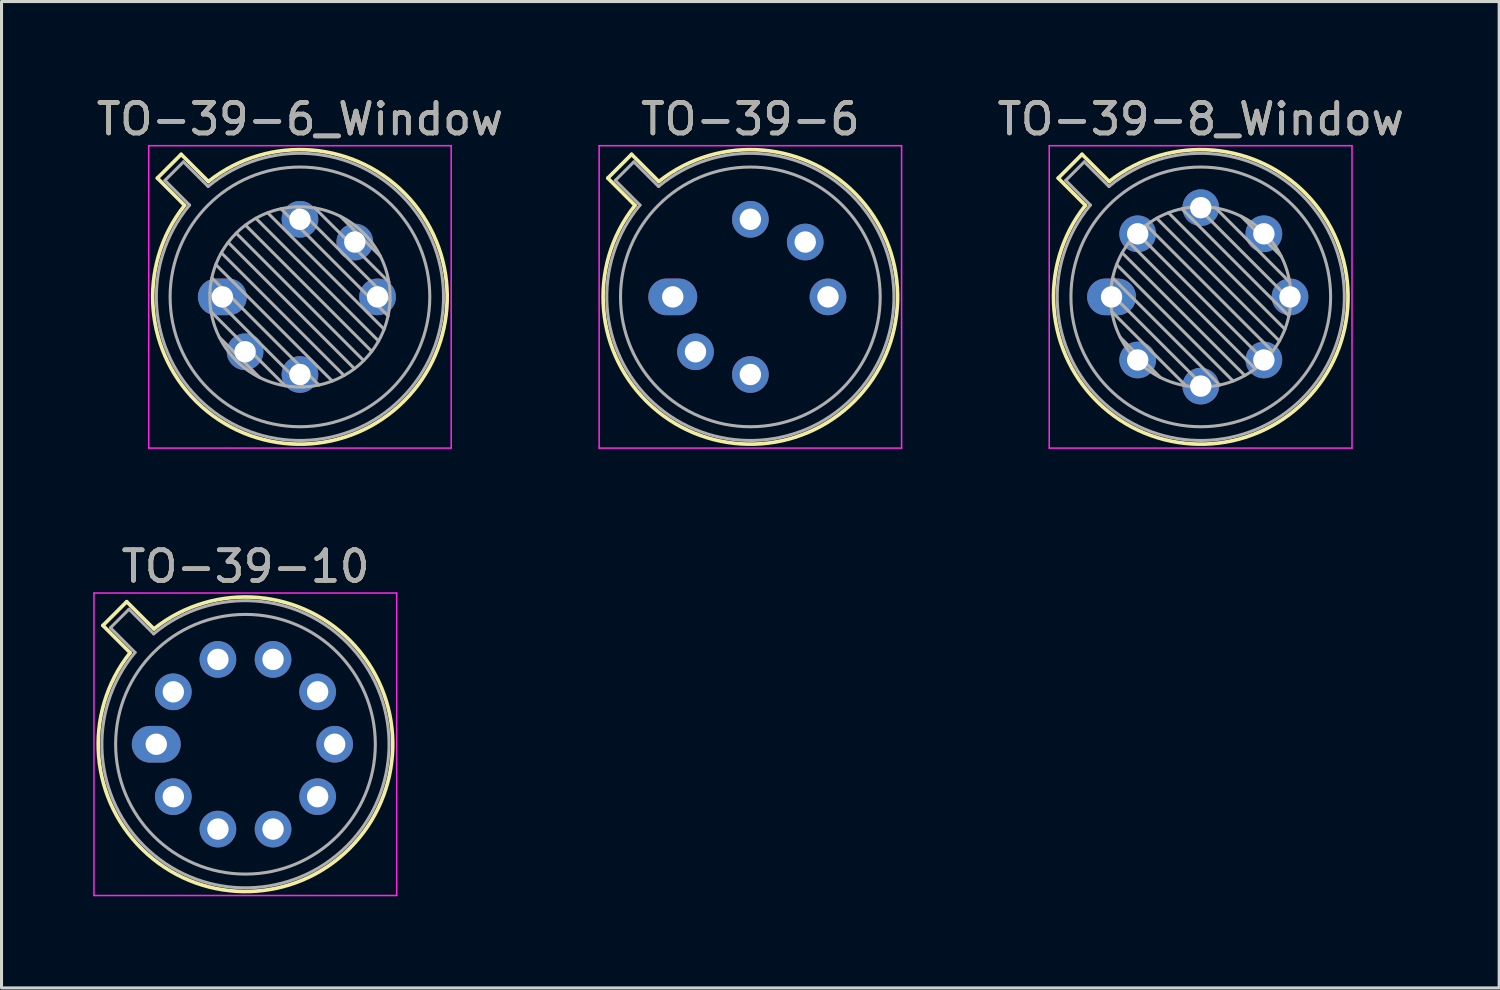
<source format=kicad_pcb>
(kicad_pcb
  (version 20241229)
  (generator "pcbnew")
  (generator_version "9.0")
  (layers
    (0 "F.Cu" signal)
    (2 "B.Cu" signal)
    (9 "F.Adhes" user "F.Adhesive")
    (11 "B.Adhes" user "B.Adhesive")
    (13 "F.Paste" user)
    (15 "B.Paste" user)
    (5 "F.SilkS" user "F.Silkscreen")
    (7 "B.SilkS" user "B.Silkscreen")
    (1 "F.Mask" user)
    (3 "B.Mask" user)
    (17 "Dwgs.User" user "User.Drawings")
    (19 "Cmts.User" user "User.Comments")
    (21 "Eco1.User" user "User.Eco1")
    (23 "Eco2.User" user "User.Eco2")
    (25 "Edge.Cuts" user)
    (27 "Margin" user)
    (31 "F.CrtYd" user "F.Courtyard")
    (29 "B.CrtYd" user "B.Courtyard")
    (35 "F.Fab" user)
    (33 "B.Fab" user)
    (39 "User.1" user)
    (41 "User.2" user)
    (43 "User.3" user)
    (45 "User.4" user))
  (footprint "TO-39-6"
    (layer "F.Cu")
    (at 18.971 6.668)
    (property "Reference" "TO-39-6" (at 2.54 -5.82 0) (layer "F.SilkS") (effects (font (size 1 1) (thickness 0.15))))
    (attr through_hole)
    (fp_line (start -2.126 -3.888) (end -1.235 -2.997) (stroke (width 0.12) (type solid)) (layer "F.SilkS"))
    (fp_line (start -1.348 -4.666) (end -2.126 -3.888) (stroke (width 0.12) (type solid)) (layer "F.SilkS"))
    (fp_line (start -0.457 -3.775) (end -1.348 -4.666) (stroke (width 0.12) (type solid)) (layer "F.SilkS"))
    (fp_arc (start -0.457084 -3.774902) (mid 5.948125 3.408384) (end -1.234674 -2.997371) (stroke (width 0.12) (type solid)) (layer "F.SilkS"))
    (fp_line (start -2.41 -4.95) (end -2.41 4.95) (stroke (width 0.05) (type solid)) (layer "F.CrtYd"))
    (fp_line (start -2.41 4.95) (end 7.49 4.95) (stroke (width 0.05) (type solid)) (layer "F.CrtYd"))
    (fp_line (start 7.49 -4.95) (end -2.41 -4.95) (stroke (width 0.05) (type solid)) (layer "F.CrtYd"))
    (fp_line (start 7.49 4.95) (end 7.49 -4.95) (stroke (width 0.05) (type solid)) (layer "F.CrtYd"))
    (fp_line (start -1.88 -3.812) (end -1.074 -3.005) (stroke (width 0.1) (type solid)) (layer "F.Fab"))
    (fp_line (start -1.272 -4.42) (end -1.88 -3.812) (stroke (width 0.1) (type solid)) (layer "F.Fab"))
    (fp_line (start -0.465 -3.614) (end -1.272 -4.42) (stroke (width 0.1) (type solid)) (layer "F.Fab"))
    (fp_arc (start -0.465408 -3.61352) (mid 5.863443 3.323361) (end -1.073594 -3.005319) (stroke (width 0.1) (type solid)) (layer "F.Fab"))
    (fp_circle (center 2.54 0) (end 6.79 0) (stroke (width 0.1) (type solid)) (fill no) (layer "F.Fab"))
    (fp_text user "${REFERENCE}" (at 2.54 -5.82 0) (layer "F.Fab") (effects (font (size 1 1) (thickness 0.15))))
    (pad "1" thru_hole oval (at 0 0) (size 1.6 1.2) (drill 0.7) (layers "*.Cu" "*.Mask"))
    (pad "2" thru_hole oval (at 0.744 1.796) (size 1.2 1.2) (drill 0.7) (layers "*.Cu" "*.Mask"))
    (pad "3" thru_hole oval (at 2.54 2.54) (size 1.2 1.2) (drill 0.7) (layers "*.Cu" "*.Mask"))
    (pad "4" thru_hole oval (at 5.08 0) (size 1.2 1.2) (drill 0.7) (layers "*.Cu" "*.Mask"))
    (pad "5" thru_hole oval (at 4.336 -1.796) (size 1.2 1.2) (drill 0.7) (layers "*.Cu" "*.Mask"))
    (pad "6" thru_hole oval (at 2.54 -2.54) (size 1.2 1.2) (drill 0.7) (layers "*.Cu" "*.Mask")))
  (footprint "TO-39-6_Window"
    (layer "F.Cu")
    (at 4.228 6.668)
    (property "Reference" "TO-39-6_Window" (at 2.54 -5.82 0) (layer "F.SilkS") (effects (font (size 1 1) (thickness 0.15))))
    (attr through_hole)
    (fp_line (start -2.126 -3.888) (end -1.235 -2.997) (stroke (width 0.12) (type solid)) (layer "F.SilkS"))
    (fp_line (start -1.348 -4.666) (end -2.126 -3.888) (stroke (width 0.12) (type solid)) (layer "F.SilkS"))
    (fp_line (start -0.457 -3.775) (end -1.348 -4.666) (stroke (width 0.12) (type solid)) (layer "F.SilkS"))
    (fp_arc (start -0.457084 -3.774902) (mid 5.948125 3.408384) (end -1.234674 -2.997371) (stroke (width 0.12) (type solid)) (layer "F.SilkS"))
    (fp_line (start -2.41 -4.95) (end -2.41 4.95) (stroke (width 0.05) (type solid)) (layer "F.CrtYd"))
    (fp_line (start -2.41 4.95) (end 7.49 4.95) (stroke (width 0.05) (type solid)) (layer "F.CrtYd"))
    (fp_line (start 7.49 -4.95) (end -2.41 -4.95) (stroke (width 0.05) (type solid)) (layer "F.CrtYd"))
    (fp_line (start 7.49 4.95) (end 7.49 -4.95) (stroke (width 0.05) (type solid)) (layer "F.CrtYd"))
    (fp_line (start -1.88 -3.812) (end -1.074 -3.005) (stroke (width 0.1) (type solid)) (layer "F.Fab"))
    (fp_line (start -1.272 -4.42) (end -1.88 -3.812) (stroke (width 0.1) (type solid)) (layer "F.Fab"))
    (fp_line (start -0.465 -3.614) (end -1.272 -4.42) (stroke (width 0.1) (type solid)) (layer "F.Fab"))
    (fp_line (start -0.408 -0.12) (end 2.66 2.948) (stroke (width 0.1) (type solid)) (layer "F.Fab"))
    (fp_line (start -0.371 0.485) (end 2.055 2.911) (stroke (width 0.1) (type solid)) (layer "F.Fab"))
    (fp_line (start -0.344 -0.622) (end 3.162 2.884) (stroke (width 0.1) (type solid)) (layer "F.Fab"))
    (fp_line (start -0.215 -1.058) (end 3.598 2.755) (stroke (width 0.1) (type solid)) (layer "F.Fab"))
    (fp_line (start -0.097 1.324) (end 1.216 2.637) (stroke (width 0.1) (type solid)) (layer "F.Fab"))
    (fp_line (start -0.034 -1.443) (end 3.983 2.574) (stroke (width 0.1) (type solid)) (layer "F.Fab"))
    (fp_line (start 0.19 -1.784) (end 4.324 2.35) (stroke (width 0.1) (type solid)) (layer "F.Fab"))
    (fp_line (start 0.454 -2.086) (end 4.626 2.086) (stroke (width 0.1) (type solid)) (layer "F.Fab"))
    (fp_line (start 0.756 -2.35) (end 4.89 1.784) (stroke (width 0.1) (type solid)) (layer "F.Fab"))
    (fp_line (start 1.097 -2.574) (end 5.114 1.443) (stroke (width 0.1) (type solid)) (layer "F.Fab"))
    (fp_line (start 1.482 -2.755) (end 5.295 1.058) (stroke (width 0.1) (type solid)) (layer "F.Fab"))
    (fp_line (start 1.918 -2.884) (end 5.424 0.622) (stroke (width 0.1) (type solid)) (layer "F.Fab"))
    (fp_line (start 2.42 -2.948) (end 5.488 0.12) (stroke (width 0.1) (type solid)) (layer "F.Fab"))
    (fp_line (start 3.025 -2.911) (end 5.451 -0.485) (stroke (width 0.1) (type solid)) (layer "F.Fab"))
    (fp_line (start 3.864 -2.637) (end 5.177 -1.324) (stroke (width 0.1) (type solid)) (layer "F.Fab"))
    (fp_arc (start -0.465408 -3.61352) (mid 5.863443 3.323361) (end -1.073594 -3.005319) (stroke (width 0.1) (type solid)) (layer "F.Fab"))
    (fp_circle (center 2.54 0) (end 5.49 0) (stroke (width 0.1) (type solid)) (fill no) (layer "F.Fab"))
    (fp_circle (center 2.54 0) (end 6.79 0) (stroke (width 0.1) (type solid)) (fill no) (layer "F.Fab"))
    (fp_text user "${REFERENCE}" (at 2.54 -5.82 0) (layer "F.Fab") (effects (font (size 1 1) (thickness 0.15))))
    (pad "1" thru_hole oval (at 0 0) (size 1.6 1.2) (drill 0.7) (layers "*.Cu" "*.Mask"))
    (pad "2" thru_hole oval (at 0.744 1.796) (size 1.2 1.2) (drill 0.7) (layers "*.Cu" "*.Mask"))
    (pad "3" thru_hole oval (at 2.54 2.54) (size 1.2 1.2) (drill 0.7) (layers "*.Cu" "*.Mask"))
    (pad "4" thru_hole oval (at 5.08 0) (size 1.2 1.2) (drill 0.7) (layers "*.Cu" "*.Mask"))
    (pad "5" thru_hole oval (at 4.336 -1.796) (size 1.2 1.2) (drill 0.7) (layers "*.Cu" "*.Mask"))
    (pad "6" thru_hole oval (at 2.54 -2.54) (size 1.2 1.2) (drill 0.7) (layers "*.Cu" "*.Mask")))
  (footprint "TO-39-8_Window"
    (layer "F.Cu")
    (at 33.334 6.668)
    (property "Reference" "TO-39-8_Window" (at 2.92 -5.82 0) (layer "F.SilkS") (effects (font (size 1 1) (thickness 0.15))))
    (attr through_hole)
    (fp_line (start -1.746 -3.888) (end -0.855 -2.997) (stroke (width 0.12) (type solid)) (layer "F.SilkS"))
    (fp_line (start -0.968 -4.666) (end -1.746 -3.888) (stroke (width 0.12) (type solid)) (layer "F.SilkS"))
    (fp_line (start -0.077 -3.775) (end -0.968 -4.666) (stroke (width 0.12) (type solid)) (layer "F.SilkS"))
    (fp_arc (start -0.077084 -3.774902) (mid 6.328125 3.408384) (end -0.854674 -2.997371) (stroke (width 0.12) (type solid)) (layer "F.SilkS"))
    (fp_line (start -2.04 -4.95) (end -2.04 4.95) (stroke (width 0.05) (type solid)) (layer "F.CrtYd"))
    (fp_line (start -2.04 4.95) (end 7.87 4.95) (stroke (width 0.05) (type solid)) (layer "F.CrtYd"))
    (fp_line (start 7.87 -4.95) (end -2.04 -4.95) (stroke (width 0.05) (type solid)) (layer "F.CrtYd"))
    (fp_line (start 7.87 4.95) (end 7.87 -4.95) (stroke (width 0.05) (type solid)) (layer "F.CrtYd"))
    (fp_line (start -1.5 -3.812) (end -0.694 -3.005) (stroke (width 0.1) (type solid)) (layer "F.Fab"))
    (fp_line (start -0.892 -4.42) (end -1.5 -3.812) (stroke (width 0.1) (type solid)) (layer "F.Fab"))
    (fp_line (start -0.085 -3.614) (end -0.892 -4.42) (stroke (width 0.1) (type solid)) (layer "F.Fab"))
    (fp_line (start -0.028 -0.12) (end 3.04 2.948) (stroke (width 0.1) (type solid)) (layer "F.Fab"))
    (fp_line (start 0.009 0.485) (end 2.435 2.911) (stroke (width 0.1) (type solid)) (layer "F.Fab"))
    (fp_line (start 0.036 -0.622) (end 3.542 2.884) (stroke (width 0.1) (type solid)) (layer "F.Fab"))
    (fp_line (start 0.165 -1.058) (end 3.978 2.755) (stroke (width 0.1) (type solid)) (layer "F.Fab"))
    (fp_line (start 0.283 1.324) (end 1.596 2.637) (stroke (width 0.1) (type solid)) (layer "F.Fab"))
    (fp_line (start 0.346 -1.443) (end 4.363 2.574) (stroke (width 0.1) (type solid)) (layer "F.Fab"))
    (fp_line (start 0.57 -1.784) (end 4.704 2.35) (stroke (width 0.1) (type solid)) (layer "F.Fab"))
    (fp_line (start 0.834 -2.086) (end 5.006 2.086) (stroke (width 0.1) (type solid)) (layer "F.Fab"))
    (fp_line (start 1.136 -2.35) (end 5.27 1.784) (stroke (width 0.1) (type solid)) (layer "F.Fab"))
    (fp_line (start 1.477 -2.574) (end 5.494 1.443) (stroke (width 0.1) (type solid)) (layer "F.Fab"))
    (fp_line (start 1.862 -2.755) (end 5.675 1.058) (stroke (width 0.1) (type solid)) (layer "F.Fab"))
    (fp_line (start 2.298 -2.884) (end 5.804 0.622) (stroke (width 0.1) (type solid)) (layer "F.Fab"))
    (fp_line (start 2.8 -2.948) (end 5.868 0.12) (stroke (width 0.1) (type solid)) (layer "F.Fab"))
    (fp_line (start 3.405 -2.911) (end 5.831 -0.485) (stroke (width 0.1) (type solid)) (layer "F.Fab"))
    (fp_line (start 4.244 -2.637) (end 5.557 -1.324) (stroke (width 0.1) (type solid)) (layer "F.Fab"))
    (fp_arc (start -0.085408 -3.61352) (mid 6.243443 3.323361) (end -0.693594 -3.005319) (stroke (width 0.1) (type solid)) (layer "F.Fab"))
    (fp_circle (center 2.92 0) (end 5.87 0) (stroke (width 0.1) (type solid)) (fill no) (layer "F.Fab"))
    (fp_circle (center 2.92 0) (end 7.17 0) (stroke (width 0.1) (type solid)) (fill no) (layer "F.Fab"))
    (fp_text user "${REFERENCE}" (at 2.92 -5.82 0) (layer "F.Fab") (effects (font (size 1 1) (thickness 0.15))))
    (pad "1" thru_hole oval (at 0 0) (size 1.6 1.2) (drill 0.7) (layers "*.Cu" "*.Mask"))
    (pad "2" thru_hole oval (at 0.855 2.065) (size 1.2 1.2) (drill 0.7) (layers "*.Cu" "*.Mask"))
    (pad "3" thru_hole oval (at 2.92 2.92) (size 1.2 1.2) (drill 0.7) (layers "*.Cu" "*.Mask"))
    (pad "4" thru_hole oval (at 4.985 2.065) (size 1.2 1.2) (drill 0.7) (layers "*.Cu" "*.Mask"))
    (pad "5" thru_hole oval (at 5.84 0) (size 1.2 1.2) (drill 0.7) (layers "*.Cu" "*.Mask"))
    (pad "6" thru_hole oval (at 4.985 -2.065) (size 1.2 1.2) (drill 0.7) (layers "*.Cu" "*.Mask"))
    (pad "7" thru_hole oval (at 2.92 -2.92) (size 1.2 1.2) (drill 0.7) (layers "*.Cu" "*.Mask"))
    (pad "8" thru_hole oval (at 0.855 -2.065) (size 1.2 1.2) (drill 0.7) (layers "*.Cu" "*.Mask")))
  (footprint "TO-39-10"
    (layer "F.Cu")
    (at 2.065 21.311)
    (property "Reference" "TO-39-10" (at 2.92 -5.82 0) (layer "F.SilkS") (effects (font (size 1 1) (thickness 0.15))))
    (attr through_hole)
    (fp_line (start -1.746 -3.888) (end -0.855 -2.997) (stroke (width 0.12) (type solid)) (layer "F.SilkS"))
    (fp_line (start -0.968 -4.666) (end -1.746 -3.888) (stroke (width 0.12) (type solid)) (layer "F.SilkS"))
    (fp_line (start -0.077 -3.775) (end -0.968 -4.666) (stroke (width 0.12) (type solid)) (layer "F.SilkS"))
    (fp_arc (start -0.077084 -3.774902) (mid 6.328125 3.408384) (end -0.854674 -2.997371) (stroke (width 0.12) (type solid)) (layer "F.SilkS"))
    (fp_line (start -2.04 -4.95) (end -2.04 4.95) (stroke (width 0.05) (type solid)) (layer "F.CrtYd"))
    (fp_line (start -2.04 4.95) (end 7.87 4.95) (stroke (width 0.05) (type solid)) (layer "F.CrtYd"))
    (fp_line (start 7.87 -4.95) (end -2.04 -4.95) (stroke (width 0.05) (type solid)) (layer "F.CrtYd"))
    (fp_line (start 7.87 4.95) (end 7.87 -4.95) (stroke (width 0.05) (type solid)) (layer "F.CrtYd"))
    (fp_line (start -1.5 -3.812) (end -0.694 -3.005) (stroke (width 0.1) (type solid)) (layer "F.Fab"))
    (fp_line (start -0.892 -4.42) (end -1.5 -3.812) (stroke (width 0.1) (type solid)) (layer "F.Fab"))
    (fp_line (start -0.085 -3.614) (end -0.892 -4.42) (stroke (width 0.1) (type solid)) (layer "F.Fab"))
    (fp_arc (start -0.085408 -3.61352) (mid 6.243443 3.323361) (end -0.693594 -3.005319) (stroke (width 0.1) (type solid)) (layer "F.Fab"))
    (fp_circle (center 2.92 0) (end 7.17 0) (stroke (width 0.1) (type solid)) (fill no) (layer "F.Fab"))
    (fp_text user "${REFERENCE}" (at 2.92 -5.82 0) (layer "F.Fab") (effects (font (size 1 1) (thickness 0.15))))
    (pad "1" thru_hole oval (at 0 0) (size 1.6 1.2) (drill 0.7) (layers "*.Cu" "*.Mask"))
    (pad "2" thru_hole oval (at 0.558 1.716) (size 1.2 1.2) (drill 0.7) (layers "*.Cu" "*.Mask"))
    (pad "3" thru_hole oval (at 2.018 2.777) (size 1.2 1.2) (drill 0.7) (layers "*.Cu" "*.Mask"))
    (pad "4" thru_hole oval (at 3.822 2.777) (size 1.2 1.2) (drill 0.7) (layers "*.Cu" "*.Mask"))
    (pad "5" thru_hole oval (at 5.282 1.716) (size 1.2 1.2) (drill 0.7) (layers "*.Cu" "*.Mask"))
    (pad "6" thru_hole oval (at 5.84 0) (size 1.2 1.2) (drill 0.7) (layers "*.Cu" "*.Mask"))
    (pad "7" thru_hole oval (at 5.282 -1.716) (size 1.2 1.2) (drill 0.7) (layers "*.Cu" "*.Mask"))
    (pad "8" thru_hole oval (at 3.822 -2.777) (size 1.2 1.2) (drill 0.7) (layers "*.Cu" "*.Mask"))
    (pad "9" thru_hole oval (at 2.018 -2.777) (size 1.2 1.2) (drill 0.7) (layers "*.Cu" "*.Mask"))
    (pad "10" thru_hole oval (at 0.558 -1.716) (size 1.2 1.2) (drill 0.7) (layers "*.Cu" "*.Mask")))
  (gr_rect
    (start -3 -3)
    (end 46.021 29.287)
    (stroke (width 0.1) (type default))
    (fill no)
    (layer "Edge.Cuts")))
</source>
